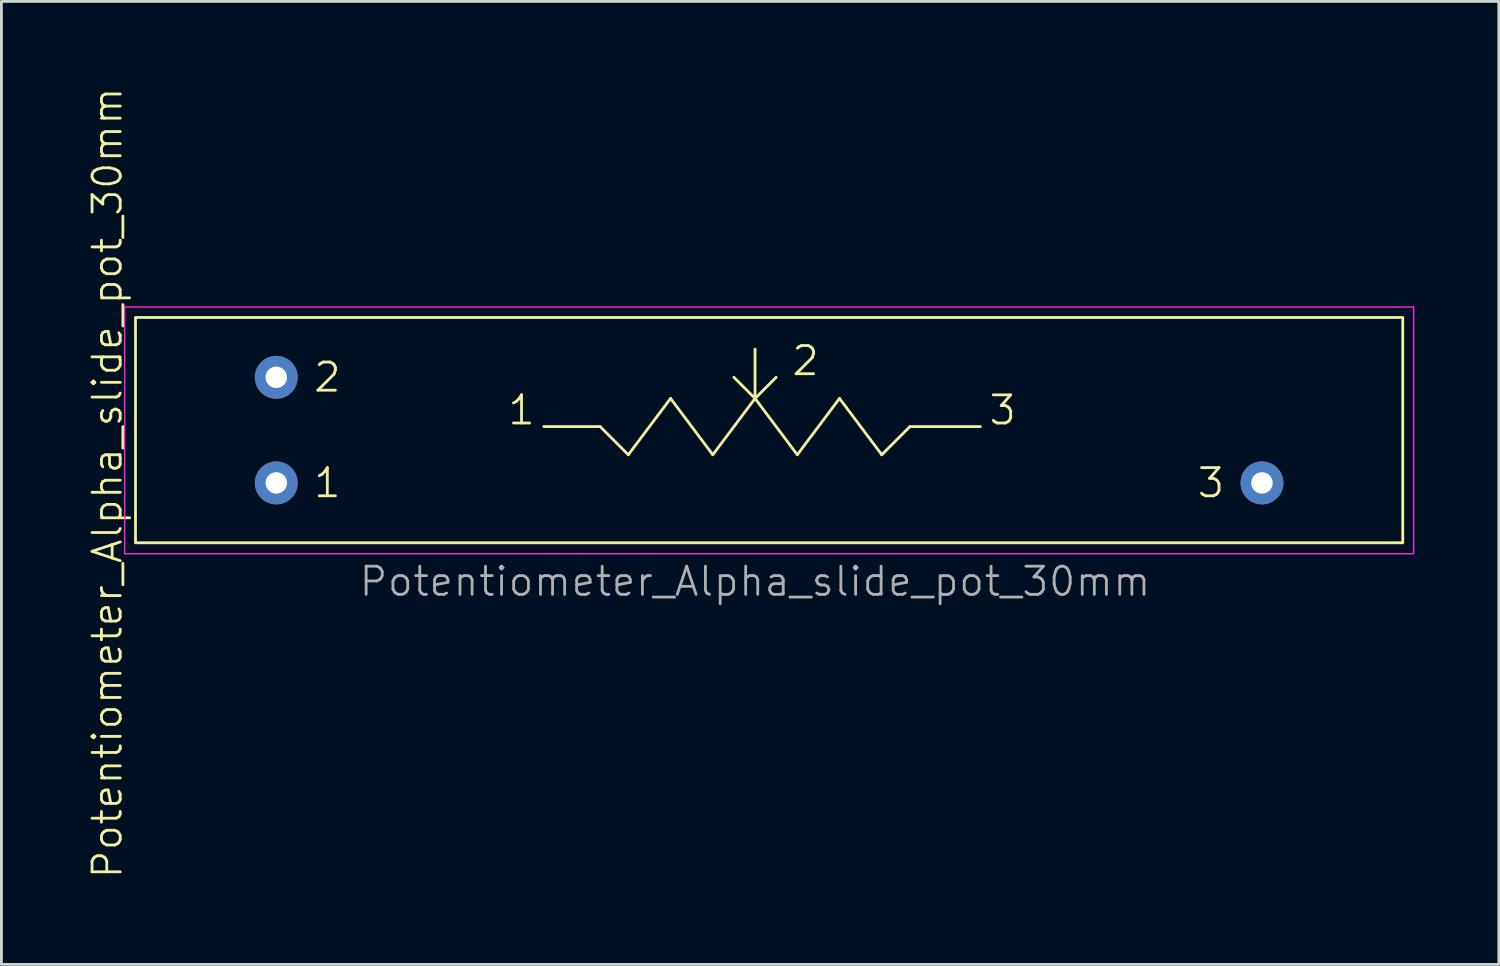
<source format=kicad_pcb>
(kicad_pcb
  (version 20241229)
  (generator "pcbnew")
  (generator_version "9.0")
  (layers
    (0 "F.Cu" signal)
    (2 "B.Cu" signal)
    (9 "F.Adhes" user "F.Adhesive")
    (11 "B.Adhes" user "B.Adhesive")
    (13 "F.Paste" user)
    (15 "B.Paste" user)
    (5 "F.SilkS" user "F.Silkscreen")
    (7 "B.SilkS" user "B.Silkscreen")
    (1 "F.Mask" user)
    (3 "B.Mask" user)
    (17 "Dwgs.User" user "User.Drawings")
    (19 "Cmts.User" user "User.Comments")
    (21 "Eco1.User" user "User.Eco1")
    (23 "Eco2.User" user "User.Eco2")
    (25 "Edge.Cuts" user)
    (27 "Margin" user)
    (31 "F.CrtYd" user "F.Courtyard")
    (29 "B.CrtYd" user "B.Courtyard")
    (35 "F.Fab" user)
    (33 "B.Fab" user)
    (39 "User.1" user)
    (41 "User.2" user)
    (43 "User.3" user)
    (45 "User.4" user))
  (footprint "Potentiometer_Alpha_slide_pot_30mm"
    (layer "F.Cu")
    (at 6.761 14.098)
    (property "Reference" "Potentiometer_Alpha_slide_pot_30mm" (at -6 0 90) (unlocked yes) (layer "F.SilkS") (effects (font (size 1 1) (thickness 0.1))))
    (attr through_hole)
    (fp_line (start 11.5 -2) (end 9.5 -2) (stroke (width 0.1) (type default)) (layer "F.SilkS"))
    (fp_line (start 12.5 -1) (end 11.5 -2) (stroke (width 0.1) (type default)) (layer "F.SilkS"))
    (fp_line (start 12.5 -1) (end 14 -3) (stroke (width 0.1) (type default)) (layer "F.SilkS"))
    (fp_line (start 14 -3) (end 15.5 -1) (stroke (width 0.1) (type default)) (layer "F.SilkS"))
    (fp_line (start 15.5 -1) (end 17 -3) (stroke (width 0.1) (type default)) (layer "F.SilkS"))
    (fp_line (start 16.25 -3.75) (end 17 -3) (stroke (width 0.1) (type default)) (layer "F.SilkS"))
    (fp_line (start 17 -3) (end 17 -4.75) (stroke (width 0.1) (type default)) (layer "F.SilkS"))
    (fp_line (start 17 -3) (end 17.75 -3.75) (stroke (width 0.1) (type default)) (layer "F.SilkS"))
    (fp_line (start 17 -3) (end 18.5 -1) (stroke (width 0.1) (type default)) (layer "F.SilkS"))
    (fp_line (start 18.5 -1) (end 20 -3) (stroke (width 0.1) (type default)) (layer "F.SilkS"))
    (fp_line (start 20 -3) (end 21.5 -1) (stroke (width 0.1) (type default)) (layer "F.SilkS"))
    (fp_line (start 21.5 -1) (end 22.5 -2) (stroke (width 0.1) (type default)) (layer "F.SilkS"))
    (fp_line (start 22.5 -2) (end 25 -2) (stroke (width 0.1) (type default)) (layer "F.SilkS"))
    (fp_rect (start -5 -5.875) (end 40 2.125) (stroke (width 0.1) (type default)) (fill no) (layer "F.SilkS"))
    (fp_rect (start -5.385 -6.248) (end 40.386 2.515) (stroke (width 0.05) (type default)) (fill no) (layer "F.CrtYd"))
    (fp_text user "2" (at 1.27 -3.75 0) (unlocked yes) (layer "F.SilkS") (effects (font (size 1 1) (thickness 0.1)) (justify left)))
    (fp_text user "2" (at 18.25 -3.75 0) (unlocked yes) (layer "F.SilkS") (effects (font (size 1 1) (thickness 0.1)) (justify left bottom)))
    (fp_text user "1" (at 9.25 -2 0) (unlocked yes) (layer "F.SilkS") (effects (font (size 1 1) (thickness 0.1)) (justify right bottom)))
    (fp_text user "1" (at 1.27 0 0) (unlocked yes) (layer "F.SilkS") (effects (font (size 1 1) (thickness 0.1)) (justify left)))
    (fp_text user "3" (at 25.25 -2 0) (unlocked yes) (layer "F.SilkS") (effects (font (size 1 1) (thickness 0.1)) (justify left bottom)))
    (fp_text user "3" (at 33.73 0 0) (unlocked yes) (layer "F.SilkS") (effects (font (size 1 1) (thickness 0.1)) (justify right)))
    (fp_text user "${REFERENCE}" (at 17 3.5 0) (unlocked yes) (layer "F.Fab") (effects (font (size 1 1) (thickness 0.1))))
    (pad "1" thru_hole circle (at 0 0) (size 1.524 1.524) (drill 0.762) (layers "*.Cu" "*.Mask"))
    (pad "2" thru_hole circle (at 0 -3.75) (size 1.524 1.524) (drill 0.762) (layers "*.Cu" "*.Mask"))
    (pad "3" thru_hole circle (at 35 0) (size 1.524 1.524) (drill 0.762) (layers "*.Cu" "*.Mask")))
  (gr_rect
    (start -3 -3)
    (end 50.172 31.195)
    (stroke (width 0.1) (type default))
    (fill no)
    (layer "Edge.Cuts")))
</source>
